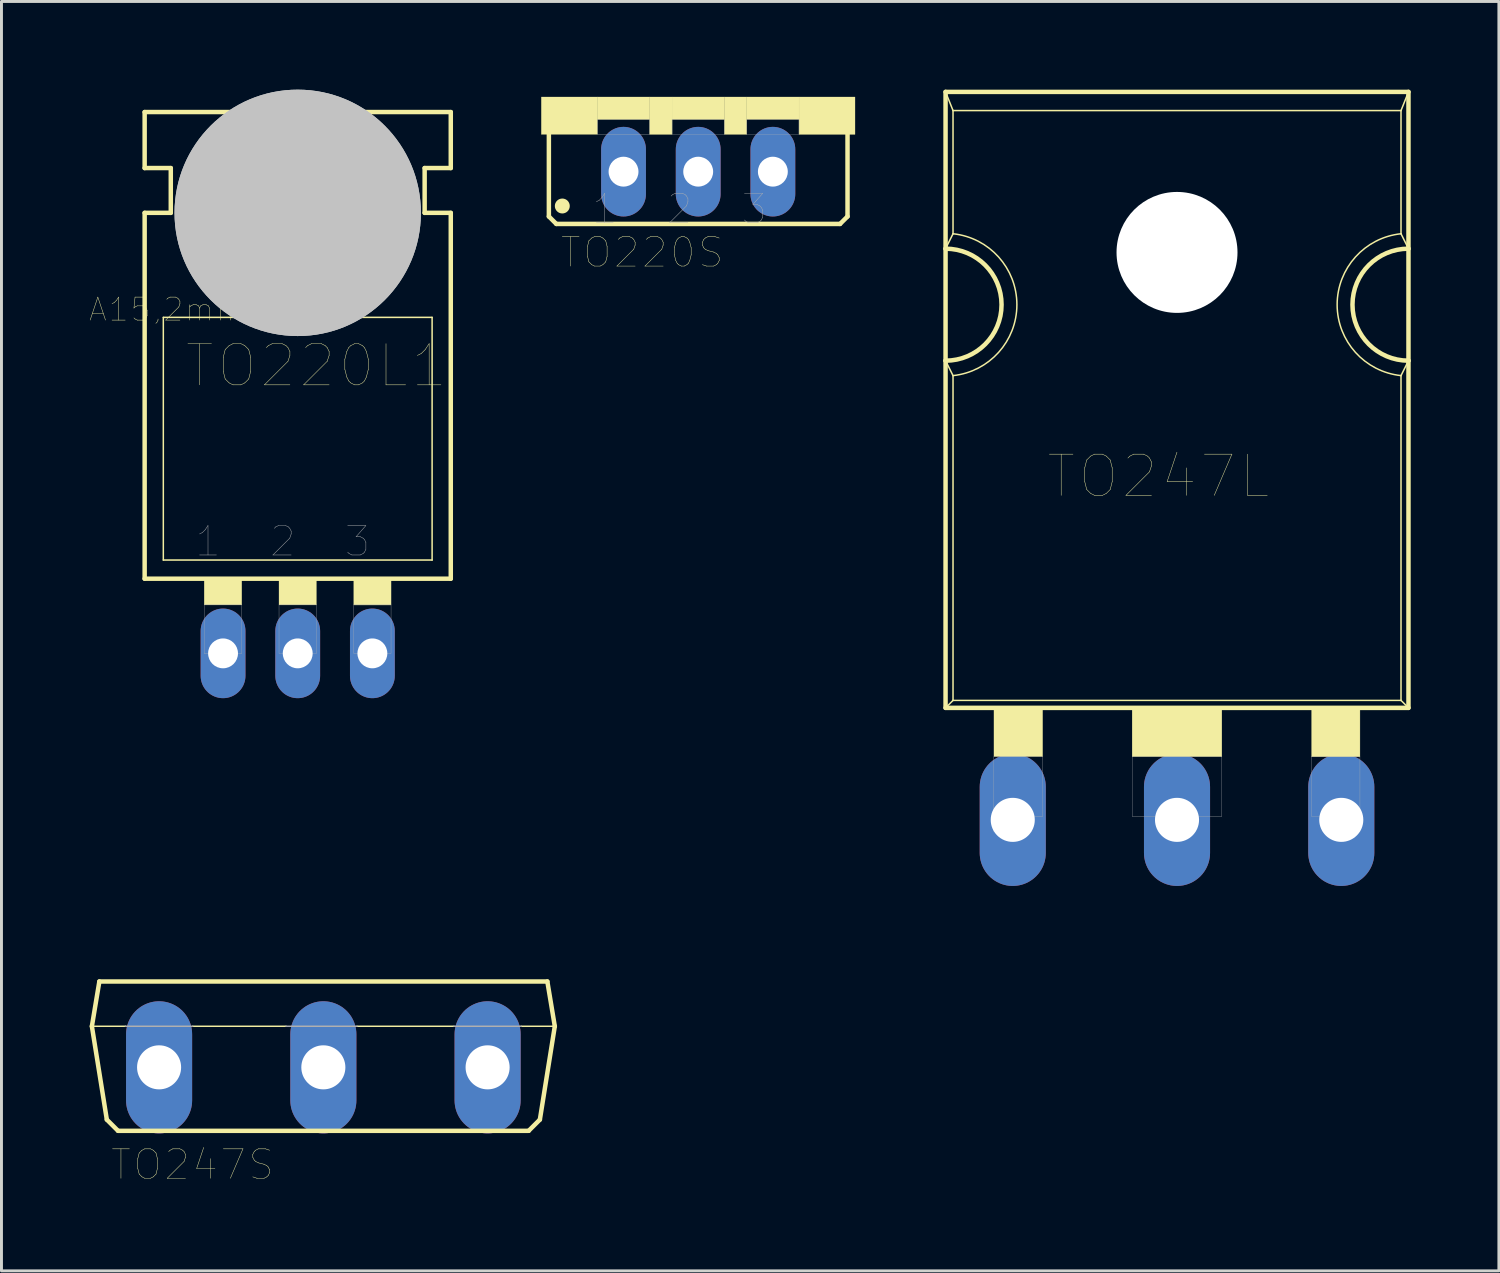
<source format=kicad_pcb>
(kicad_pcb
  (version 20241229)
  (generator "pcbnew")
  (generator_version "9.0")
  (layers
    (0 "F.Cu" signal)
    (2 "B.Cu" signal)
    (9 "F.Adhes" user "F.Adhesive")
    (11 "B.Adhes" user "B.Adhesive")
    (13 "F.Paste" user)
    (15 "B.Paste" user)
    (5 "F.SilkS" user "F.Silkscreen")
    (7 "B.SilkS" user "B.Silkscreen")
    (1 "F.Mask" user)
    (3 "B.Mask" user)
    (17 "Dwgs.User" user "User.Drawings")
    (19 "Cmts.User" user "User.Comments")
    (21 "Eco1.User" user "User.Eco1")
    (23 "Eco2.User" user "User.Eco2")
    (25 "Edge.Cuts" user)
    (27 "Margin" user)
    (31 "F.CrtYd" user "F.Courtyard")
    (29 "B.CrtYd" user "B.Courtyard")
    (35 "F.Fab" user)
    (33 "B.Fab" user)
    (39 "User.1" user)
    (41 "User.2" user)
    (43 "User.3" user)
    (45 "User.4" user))
  (footprint "TO220S"
    (layer "F.Cu")
    (at 20.702 0.25)
    (property "Reference" "TO220S" (at -1.907 5.289 0) (layer "F.SilkS") (effects (font (size 1.001 1.001) (thickness 0.015))))
    (attr through_hole)
    (fp_line (start -5.08 4.064) (end -5.08 1.143) (stroke (width 0.152) (type solid)) (layer "F.SilkS"))
    (fp_line (start -5.08 4.064) (end -4.826 4.318) (stroke (width 0.152) (type solid)) (layer "F.SilkS"))
    (fp_line (start 4.826 4.318) (end -4.826 4.318) (stroke (width 0.152) (type solid)) (layer "F.SilkS"))
    (fp_line (start 4.826 4.318) (end 5.08 4.064) (stroke (width 0.152) (type solid)) (layer "F.SilkS"))
    (fp_line (start 5.08 1.143) (end 5.08 4.064) (stroke (width 0.152) (type solid)) (layer "F.SilkS"))
    (fp_circle (center -4.623 3.708) (end -4.369 3.708) (stroke (width 0) (type solid)) (fill yes) (layer "F.SilkS"))
    (fp_poly (pts (xy -5.336 0) (xy -3.429 0) (xy -3.429 1.27) (xy -5.336 1.27)) (stroke (width 0.01) (type solid)) (fill yes) (layer "F.SilkS"))
    (fp_poly (pts (xy -3.432 0) (xy -1.651 0) (xy -1.651 0.763) (xy -3.432 0.763)) (stroke (width 0.01) (type solid)) (fill yes) (layer "F.SilkS"))
    (fp_poly (pts (xy -1.652 0) (xy -0.889 0) (xy -0.889 1.271) (xy -1.652 1.271)) (stroke (width 0.01) (type solid)) (fill yes) (layer "F.SilkS"))
    (fp_poly (pts (xy -0.89 0) (xy 0.889 0) (xy 0.889 0.763) (xy -0.89 0.763)) (stroke (width 0.01) (type solid)) (fill yes) (layer "F.SilkS"))
    (fp_poly (pts (xy 0.89 0) (xy 1.651 0) (xy 1.651 1.272) (xy 0.89 1.272)) (stroke (width 0.01) (type solid)) (fill yes) (layer "F.SilkS"))
    (fp_poly (pts (xy 1.652 0) (xy 3.429 0) (xy 3.429 0.762) (xy 1.652 0.762)) (stroke (width 0.01) (type solid)) (fill yes) (layer "F.SilkS"))
    (fp_poly (pts (xy 3.431 0) (xy 5.334 0) (xy 5.334 1.271) (xy 3.431 1.271)) (stroke (width 0.01) (type solid)) (fill yes) (layer "F.SilkS"))
    (fp_poly (pts (xy -3.431 0.762) (xy -1.651 0.762) (xy -1.651 1.271) (xy -3.431 1.271)) (stroke (width 0.01) (type solid)) (fill no) (layer "F.Fab"))
    (fp_poly (pts (xy -0.891 0.762) (xy 0.889 0.762) (xy 0.889 1.272) (xy -0.891 1.272)) (stroke (width 0.01) (type solid)) (fill no) (layer "F.Fab"))
    (fp_poly (pts (xy 1.653 0.762) (xy 3.429 0.762) (xy 3.429 1.272) (xy 1.653 1.272)) (stroke (width 0.01) (type solid)) (fill no) (layer "F.Fab"))
    (fp_text user "1" (at -3.178 3.814 0) (layer "F.Fab") (effects (font (size 1.001 1.001) (thickness 0.015))))
    (fp_text user "3" (at 1.908 3.816 0) (layer "F.Fab") (effects (font (size 1.002 1.002) (thickness 0.015))))
    (fp_text user "2" (at -0.635 3.812 0) (layer "F.Fab") (effects (font (size 1 1) (thickness 0.015))))
    (pad "1" thru_hole oval (at -2.54 2.54) (size 1.524 3.048) (drill 1.016) (layers "*.Cu" "*.Mask"))
    (pad "2" thru_hole oval (at 0 2.54) (size 1.524 3.048) (drill 1.016) (layers "*.Cu" "*.Mask"))
    (pad "3" thru_hole oval (at 2.54 2.54) (size 1.524 3.048) (drill 1.016) (layers "*.Cu" "*.Mask")))
  (footprint "TO247L"
    (layer "F.Cu")
    (at 36.991 14.681)
    (property "Reference" "TO247L" (at -0.636 -1.527 0) (layer "F.SilkS") (effects (font (size 1.402 1.402) (thickness 0.015))))
    (attr through_hole)
    (fp_line (start -7.874 -9.271) (end -7.874 -14.605) (stroke (width 0.152) (type solid)) (layer "F.SilkS"))
    (fp_line (start -7.874 -5.461) (end -7.874 -9.271) (stroke (width 0.152) (type solid)) (layer "F.SilkS"))
    (fp_line (start -7.874 6.35) (end -7.874 -5.461) (stroke (width 0.152) (type solid)) (layer "F.SilkS"))
    (fp_line (start -7.874 6.35) (end 7.874 6.35) (stroke (width 0.152) (type solid)) (layer "F.SilkS"))
    (fp_line (start -7.62 -13.97) (end -7.874 -14.605) (stroke (width 0.051) (type solid)) (layer "F.SilkS"))
    (fp_line (start -7.62 -9.779) (end -7.874 -9.271) (stroke (width 0.051) (type solid)) (layer "F.SilkS"))
    (fp_line (start -7.62 -9.779) (end -7.62 -13.97) (stroke (width 0.051) (type solid)) (layer "F.SilkS"))
    (fp_line (start -7.62 -4.953) (end -7.874 -5.461) (stroke (width 0.051) (type solid)) (layer "F.SilkS"))
    (fp_line (start -7.62 6.096) (end -7.874 6.35) (stroke (width 0.051) (type solid)) (layer "F.SilkS"))
    (fp_line (start -7.62 6.096) (end -7.62 -4.953) (stroke (width 0.051) (type solid)) (layer "F.SilkS"))
    (fp_line (start -7.62 6.096) (end 7.62 6.096) (stroke (width 0.051) (type solid)) (layer "F.SilkS"))
    (fp_line (start 7.62 -13.97) (end -7.62 -13.97) (stroke (width 0.051) (type solid)) (layer "F.SilkS"))
    (fp_line (start 7.62 -9.779) (end 7.62 -13.97) (stroke (width 0.051) (type solid)) (layer "F.SilkS"))
    (fp_line (start 7.62 6.096) (end 7.62 -4.953) (stroke (width 0.051) (type solid)) (layer "F.SilkS"))
    (fp_line (start 7.874 -14.605) (end -7.874 -14.605) (stroke (width 0.152) (type solid)) (layer "F.SilkS"))
    (fp_line (start 7.874 -14.605) (end 7.62 -13.97) (stroke (width 0.051) (type solid)) (layer "F.SilkS"))
    (fp_line (start 7.874 -14.605) (end 7.874 -9.271) (stroke (width 0.152) (type solid)) (layer "F.SilkS"))
    (fp_line (start 7.874 -9.271) (end 7.62 -9.779) (stroke (width 0.051) (type solid)) (layer "F.SilkS"))
    (fp_line (start 7.874 -9.271) (end 7.874 -5.461) (stroke (width 0.152) (type solid)) (layer "F.SilkS"))
    (fp_line (start 7.874 -5.461) (end 7.62 -4.953) (stroke (width 0.051) (type solid)) (layer "F.SilkS"))
    (fp_line (start 7.874 -5.461) (end 7.874 6.35) (stroke (width 0.152) (type solid)) (layer "F.SilkS"))
    (fp_line (start 7.874 6.35) (end 7.62 6.096) (stroke (width 0.051) (type solid)) (layer "F.SilkS"))
    (fp_arc (start -7.874 -9.271) (mid -5.969 -7.366) (end -7.874 -5.461) (stroke (width 0.1524) (type solid)) (layer "F.SilkS"))
    (fp_arc (start -7.62 -9.779) (mid -5.447668 -7.366) (end -7.620001 -4.953) (stroke (width 0.0508) (type solid)) (layer "F.SilkS"))
    (fp_arc (start 7.62 -4.953) (mid 5.447668 -7.366) (end 7.620001 -9.779) (stroke (width 0.0508) (type solid)) (layer "F.SilkS"))
    (fp_arc (start 7.874 -5.461) (mid 5.969 -7.366) (end 7.874 -9.271) (stroke (width 0.1524) (type solid)) (layer "F.SilkS"))
    (fp_circle (center 0 -9.144) (end 1.905 -9.144) (stroke (width 0.152) (type solid)) (fill no) (layer "F.SilkS"))
    (fp_poly (pts (xy -6.227 6.35) (xy -4.572 6.35) (xy -4.572 8.006) (xy -6.227 8.006)) (stroke (width 0.01) (type solid)) (fill yes) (layer "F.SilkS"))
    (fp_poly (pts (xy -1.526 6.35) (xy 1.524 6.35) (xy 1.524 8.01) (xy -1.526 8.01)) (stroke (width 0.01) (type solid)) (fill yes) (layer "F.SilkS"))
    (fp_poly (pts (xy 4.579 6.35) (xy 6.223 6.35) (xy 6.223 8.013) (xy 4.579 8.013)) (stroke (width 0.01) (type solid)) (fill yes) (layer "F.SilkS"))
    (fp_poly (pts (xy -6.235 10.033) (xy -4.953 10.033) (xy -4.953 10.561) (xy -6.235 10.561)) (stroke (width 0.01) (type solid)) (fill no) (layer "F.Fab"))
    (fp_poly (pts (xy -6.231 8.001) (xy -4.572 8.001) (xy -4.572 10.046) (xy -6.231 10.046)) (stroke (width 0.01) (type solid)) (fill no) (layer "F.Fab"))
    (fp_poly (pts (xy -1.526 8.001) (xy 1.524 8.001) (xy 1.524 10.043) (xy -1.526 10.043)) (stroke (width 0.01) (type solid)) (fill no) (layer "F.Fab"))
    (fp_poly (pts (xy -0.636 10.033) (xy 0.635 10.033) (xy 0.635 10.551) (xy -0.636 10.551)) (stroke (width 0.01) (type solid)) (fill no) (layer "F.Fab"))
    (fp_poly (pts (xy 4.579 8.001) (xy 6.223 8.001) (xy 6.223 10.049) (xy 4.579 10.049)) (stroke (width 0.01) (type solid)) (fill no) (layer "F.Fab"))
    (fp_poly (pts (xy 4.963 10.033) (xy 6.223 10.033) (xy 6.223 10.561) (xy 4.963 10.561)) (stroke (width 0.01) (type solid)) (fill no) (layer "F.Fab"))
    (pad "" np_thru_hole circle (at 0 -9.144) (size 4.115 4.115) (drill 4.115) (layers "*.Cu" "*.Mask"))
    (pad "1" thru_hole oval (at -5.588 10.16) (size 2.248 4.496) (drill 1.499) (layers "*.Cu" "*.Mask"))
    (pad "2" thru_hole oval (at 0 10.16) (size 2.248 4.496) (drill 1.499) (layers "*.Cu" "*.Mask"))
    (pad "3" thru_hole oval (at 5.588 10.16) (size 2.248 4.496) (drill 1.499) (layers "*.Cu" "*.Mask")))
  (footprint "TO247S"
    (layer "F.Cu")
    (at 7.95 30.339)
    (property "Reference" "TO247S" (at -4.452 6.232 0) (layer "F.SilkS") (effects (font (size 1.002 1.002) (thickness 0.015))))
    (attr through_hole)
    (fp_line (start -7.874 1.524) (end -6.731 1.524) (stroke (width 0.051) (type solid)) (layer "F.SilkS"))
    (fp_line (start -7.62 0) (end -7.874 1.524) (stroke (width 0.152) (type solid)) (layer "F.SilkS"))
    (fp_line (start -7.366 4.699) (end -7.874 1.524) (stroke (width 0.152) (type solid)) (layer "F.SilkS"))
    (fp_line (start -6.985 5.08) (end -7.366 4.699) (stroke (width 0.152) (type solid)) (layer "F.SilkS"))
    (fp_line (start -6.985 5.08) (end 6.985 5.08) (stroke (width 0.152) (type solid)) (layer "F.SilkS"))
    (fp_line (start -4.445 1.524) (end -1.27 1.524) (stroke (width 0.051) (type solid)) (layer "F.SilkS"))
    (fp_line (start 1.143 1.524) (end 4.445 1.524) (stroke (width 0.051) (type solid)) (layer "F.SilkS"))
    (fp_line (start 6.731 1.524) (end 7.874 1.524) (stroke (width 0.051) (type solid)) (layer "F.SilkS"))
    (fp_line (start 6.985 5.08) (end 7.366 4.699) (stroke (width 0.152) (type solid)) (layer "F.SilkS"))
    (fp_line (start 7.366 4.699) (end 7.874 1.524) (stroke (width 0.152) (type solid)) (layer "F.SilkS"))
    (fp_line (start 7.62 0) (end -7.62 0) (stroke (width 0.152) (type solid)) (layer "F.SilkS"))
    (fp_line (start 7.874 1.524) (end 7.62 0) (stroke (width 0.152) (type solid)) (layer "F.SilkS"))
    (fp_line (start -6.731 1.524) (end -4.445 1.524) (stroke (width 0.051) (type solid)) (layer "F.Fab"))
    (fp_line (start -1.27 1.524) (end 1.143 1.524) (stroke (width 0.051) (type solid)) (layer "F.Fab"))
    (fp_line (start 4.445 1.524) (end 6.731 1.524) (stroke (width 0.051) (type solid)) (layer "F.Fab"))
    (pad "1" thru_hole oval (at -5.588 2.921) (size 2.248 4.496) (drill 1.499) (layers "*.Cu" "*.Mask"))
    (pad "2" thru_hole oval (at 0 2.921) (size 2.248 4.496) (drill 1.499) (layers "*.Cu" "*.Mask"))
    (pad "3" thru_hole oval (at 5.588 2.921) (size 2.248 4.496) (drill 1.499) (layers "*.Cu" "*.Mask")))
  (footprint "TO220L1"
    (layer "F.Cu")
    (at 7.078 15.367)
    (property "Reference" "TO220L1" (at 0.635 -5.972 0) (layer "F.SilkS") (effects (font (size 1.401 1.401) (thickness 0.015))))
    (attr through_hole)
    (fp_line (start -5.207 -12.7) (end -5.207 -14.605) (stroke (width 0.152) (type solid)) (layer "F.SilkS"))
    (fp_line (start -5.207 -11.176) (end -4.318 -11.176) (stroke (width 0.152) (type solid)) (layer "F.SilkS"))
    (fp_line (start -5.207 1.27) (end -5.207 -11.176) (stroke (width 0.152) (type solid)) (layer "F.SilkS"))
    (fp_line (start -5.207 1.27) (end 5.207 1.27) (stroke (width 0.152) (type solid)) (layer "F.SilkS"))
    (fp_line (start -4.572 0.635) (end -4.572 -7.62) (stroke (width 0.051) (type solid)) (layer "F.SilkS"))
    (fp_line (start -4.572 0.635) (end 4.572 0.635) (stroke (width 0.051) (type solid)) (layer "F.SilkS"))
    (fp_line (start -4.318 -12.7) (end -5.207 -12.7) (stroke (width 0.152) (type solid)) (layer "F.SilkS"))
    (fp_line (start -4.318 -11.176) (end -4.318 -12.7) (stroke (width 0.152) (type solid)) (layer "F.SilkS"))
    (fp_line (start 4.318 -12.7) (end 5.207 -12.7) (stroke (width 0.152) (type solid)) (layer "F.SilkS"))
    (fp_line (start 4.318 -11.176) (end 4.318 -12.7) (stroke (width 0.152) (type solid)) (layer "F.SilkS"))
    (fp_line (start 4.572 -7.62) (end -4.572 -7.62) (stroke (width 0.051) (type solid)) (layer "F.SilkS"))
    (fp_line (start 4.572 -7.62) (end 4.572 0.635) (stroke (width 0.051) (type solid)) (layer "F.SilkS"))
    (fp_line (start 5.207 -14.605) (end -5.207 -14.605) (stroke (width 0.152) (type solid)) (layer "F.SilkS"))
    (fp_line (start 5.207 -12.7) (end 5.207 -14.605) (stroke (width 0.152) (type solid)) (layer "F.SilkS"))
    (fp_line (start 5.207 -11.176) (end 4.318 -11.176) (stroke (width 0.152) (type solid)) (layer "F.SilkS"))
    (fp_line (start 5.207 1.27) (end 5.207 -11.176) (stroke (width 0.152) (type solid)) (layer "F.SilkS"))
    (fp_circle (center 0 -11.176) (end 1.803 -11.176) (stroke (width 0.152) (type solid)) (fill no) (layer "F.SilkS"))
    (fp_poly (pts (xy -3.18 1.27) (xy -1.905 1.27) (xy -1.905 2.162) (xy -3.18 2.162)) (stroke (width 0.01) (type solid)) (fill yes) (layer "F.SilkS"))
    (fp_poly (pts (xy -0.636 1.27) (xy 0.635 1.27) (xy 0.635 2.162) (xy -0.636 2.162)) (stroke (width 0.01) (type solid)) (fill yes) (layer "F.SilkS"))
    (fp_poly (pts (xy 1.908 1.27) (xy 3.175 1.27) (xy 3.175 2.163) (xy 1.908 2.163)) (stroke (width 0.01) (type solid)) (fill yes) (layer "F.SilkS"))
    (fp_circle (center 0 -11.176) (end 4.191 -11.176) (stroke (width 0) (type solid)) (fill yes) (layer "Dwgs.User"))
    (fp_circle (center 0 -11.176) (end 4.191 -11.176) (stroke (width 0) (type solid)) (fill yes) (layer "Dwgs.User"))
    (fp_poly (pts (xy -3.181 2.159) (xy -1.905 2.159) (xy -1.905 3.817) (xy -3.181 3.817)) (stroke (width 0.01) (type solid)) (fill no) (layer "F.Fab"))
    (fp_poly (pts (xy -0.636 2.159) (xy 0.635 2.159) (xy 0.635 3.816) (xy -0.636 3.816)) (stroke (width 0.01) (type solid)) (fill no) (layer "F.Fab"))
    (fp_poly (pts (xy 1.906 2.159) (xy 3.175 2.159) (xy 3.175 3.812) (xy 1.906 3.812)) (stroke (width 0.01) (type solid)) (fill no) (layer "F.Fab"))
    (fp_text user "A15,2mm" (at -4.454 -7.889 0) (layer "F.SilkS") (effects (font (size 0.782 0.782) (thickness 0.015))))
    (fp_text user "3" (at 2.033 0 0) (layer "F.Fab") (effects (font (size 1 1) (thickness 0.015))))
    (fp_text user "1" (at -3.052 0 0) (layer "F.Fab") (effects (font (size 1.001 1.001) (thickness 0.015))))
    (fp_text user "2" (at -0.509 0 0) (layer "F.Fab") (effects (font (size 1.002 1.002) (thickness 0.015))))
    (pad "1" thru_hole oval (at -2.54 3.81) (size 1.524 3.048) (drill 1.016) (layers "*.Cu" "*.Mask"))
    (pad "2" thru_hole oval (at 0 3.81) (size 1.524 3.048) (drill 1.016) (layers "*.Cu" "*.Mask"))
    (pad "3" thru_hole oval (at 2.54 3.81) (size 1.524 3.048) (drill 1.016) (layers "*.Cu" "*.Mask")))
  (gr_rect
    (start -3 -3)
    (end 47.941 40.184)
    (stroke (width 0.1) (type default))
    (fill no)
    (layer "Edge.Cuts")))
</source>
